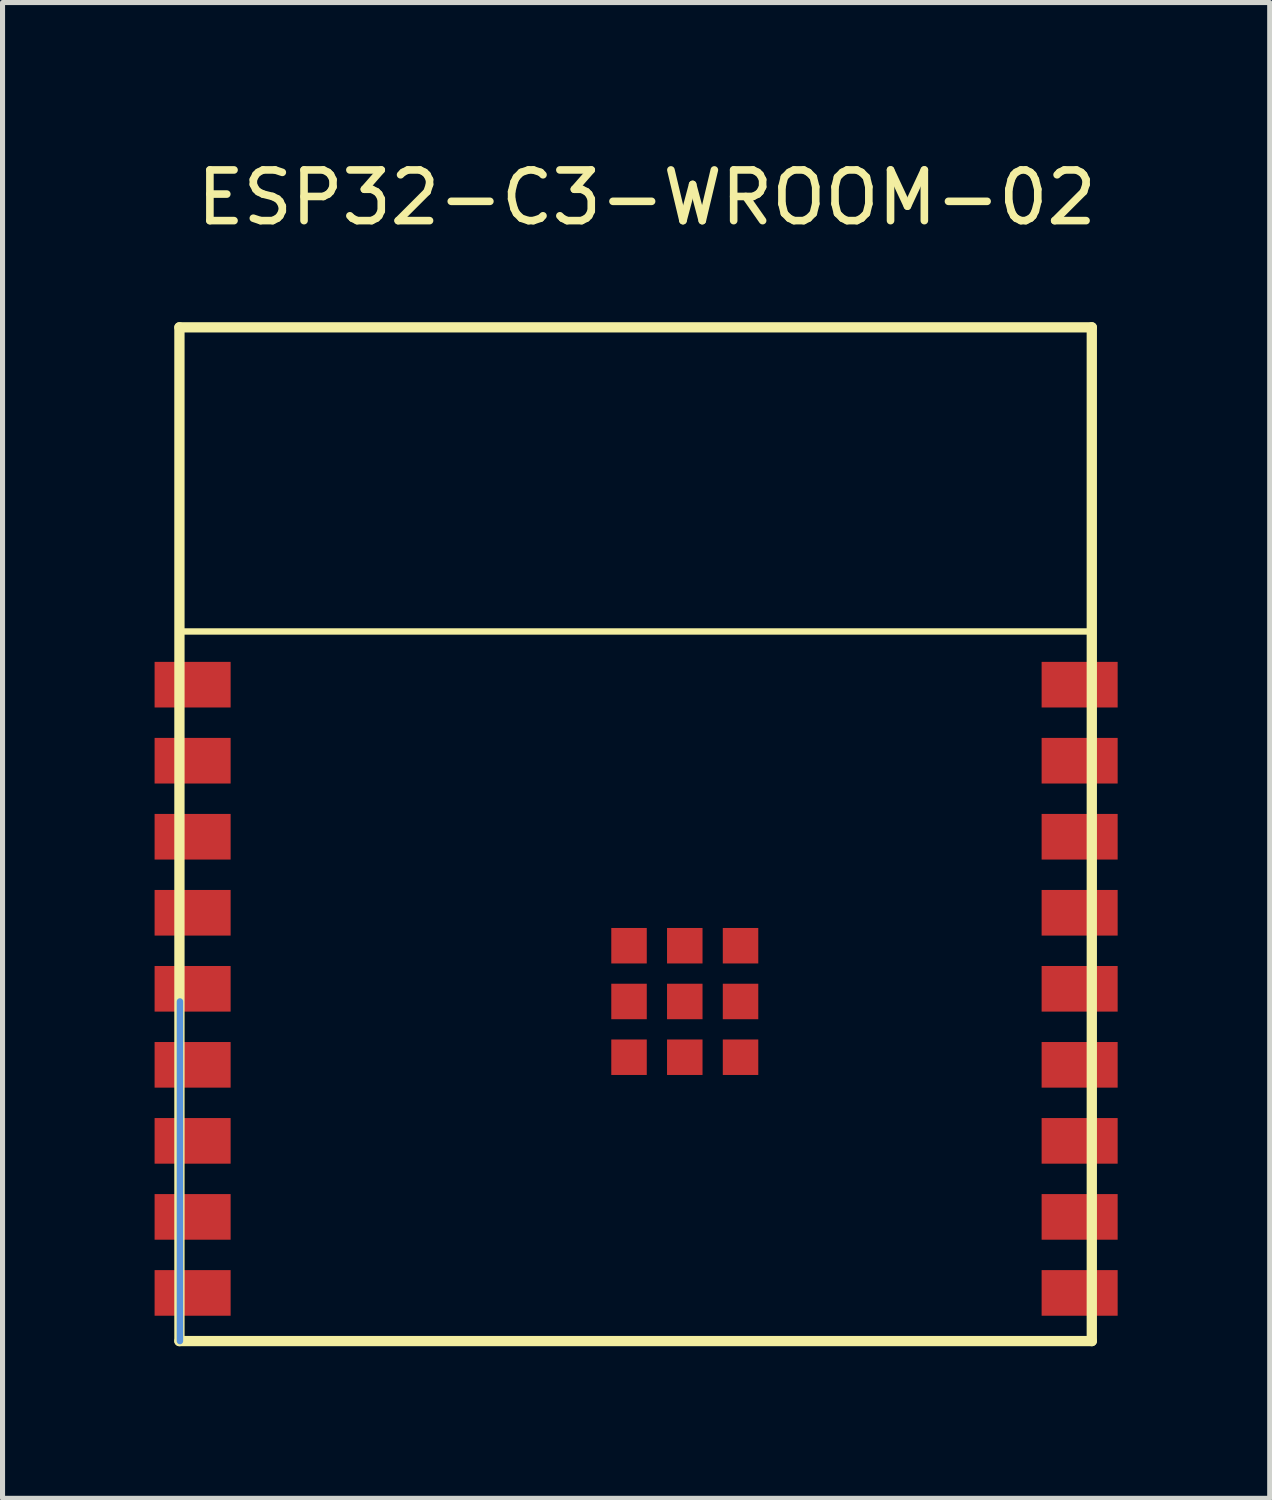
<source format=kicad_pcb>
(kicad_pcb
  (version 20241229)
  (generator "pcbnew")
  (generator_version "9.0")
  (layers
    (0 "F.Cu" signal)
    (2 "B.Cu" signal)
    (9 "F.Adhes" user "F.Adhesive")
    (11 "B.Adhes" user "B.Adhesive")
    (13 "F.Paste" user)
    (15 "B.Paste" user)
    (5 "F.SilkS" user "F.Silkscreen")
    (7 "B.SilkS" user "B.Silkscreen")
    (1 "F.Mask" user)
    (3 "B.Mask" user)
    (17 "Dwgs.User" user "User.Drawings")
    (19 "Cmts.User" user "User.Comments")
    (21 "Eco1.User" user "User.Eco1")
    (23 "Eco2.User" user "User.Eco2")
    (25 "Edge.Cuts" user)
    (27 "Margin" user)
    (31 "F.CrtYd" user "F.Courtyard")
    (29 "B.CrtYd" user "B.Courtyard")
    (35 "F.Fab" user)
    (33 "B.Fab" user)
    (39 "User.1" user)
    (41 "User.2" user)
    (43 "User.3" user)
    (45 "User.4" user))
  (footprint "ESP32-C3-WROOM-02"
    (layer "F.Cu")
    (at 9.75 10.458)
    (property "Reference" "ESP32-C3-WROOM-02" (at -0.04 -9.61 0) (layer "F.SilkS") (effects (font (size 1 1) (thickness 0.15))))
    (attr through_hole)
    (fp_line (start -9.26 -7.05) (end 8.74 -7.05) (stroke (width 0.203) (type solid)) (layer "F.SilkS"))
    (fp_line (start -9.26 12.95) (end -9.26 -7.05) (stroke (width 0.203) (type solid)) (layer "F.SilkS"))
    (fp_line (start -9.25 -1.05) (end 8.75 -1.05) (stroke (width 0.127) (type solid)) (layer "F.SilkS"))
    (fp_line (start 8.74 -7.05) (end 8.74 12.95) (stroke (width 0.203) (type solid)) (layer "F.SilkS"))
    (fp_line (start 8.74 12.95) (end -9.26 12.95) (stroke (width 0.203) (type solid)) (layer "F.SilkS"))
    (fp_line (start -9.25 12.95) (end -9.25 6.25) (stroke (width 0.127) (type solid)) (layer "Cmts.User"))
    (fp_line (start -9.26 -7.05) (end 8.74 -7.05) (stroke (width 0.076) (type solid)) (layer "Eco1.User"))
    (fp_line (start -9.26 12.95) (end -9.26 -7.05) (stroke (width 0.076) (type solid)) (layer "Eco1.User"))
    (fp_line (start 8.74 -7.05) (end 8.74 12.95) (stroke (width 0.076) (type solid)) (layer "Eco1.User"))
    (fp_line (start 8.74 12.95) (end -9.26 12.95) (stroke (width 0.076) (type solid)) (layer "Eco1.User"))
    (pad "1" smd rect (at -9 0) (size 1.5 0.9) (layers "F.Cu" "F.Mask" "F.Paste"))
    (pad "2" smd rect (at -9 1.5) (size 1.5 0.9) (layers "F.Cu" "F.Mask" "F.Paste"))
    (pad "3" smd rect (at -9 3) (size 1.5 0.9) (layers "F.Cu" "F.Mask" "F.Paste"))
    (pad "4" smd rect (at -9 4.5) (size 1.5 0.9) (layers "F.Cu" "F.Mask" "F.Paste"))
    (pad "5" smd rect (at -9 6) (size 1.5 0.9) (layers "F.Cu" "F.Mask" "F.Paste"))
    (pad "6" smd rect (at -9 7.5) (size 1.5 0.9) (layers "F.Cu" "F.Mask" "F.Paste"))
    (pad "7" smd rect (at -9 9) (size 1.5 0.9) (layers "F.Cu" "F.Mask" "F.Paste"))
    (pad "8" smd rect (at -9 10.5) (size 1.5 0.9) (layers "F.Cu" "F.Mask" "F.Paste"))
    (pad "9" smd rect (at -9 12) (size 1.5 0.9) (layers "F.Cu" "F.Mask" "F.Paste"))
    (pad "10" smd rect (at 8.5 12) (size 1.5 0.9) (layers "F.Cu" "F.Mask" "F.Paste"))
    (pad "11" smd rect (at 8.5 10.5) (size 1.5 0.9) (layers "F.Cu" "F.Mask" "F.Paste"))
    (pad "12" smd rect (at 8.5 9) (size 1.5 0.9) (layers "F.Cu" "F.Mask" "F.Paste"))
    (pad "13" smd rect (at 8.5 7.5) (size 1.5 0.9) (layers "F.Cu" "F.Mask" "F.Paste"))
    (pad "14" smd rect (at 8.5 6) (size 1.5 0.9) (layers "F.Cu" "F.Mask" "F.Paste"))
    (pad "15" smd rect (at 8.5 4.5) (size 1.5 0.9) (layers "F.Cu" "F.Mask" "F.Paste"))
    (pad "16" smd rect (at 8.5 3) (size 1.5 0.9) (layers "F.Cu" "F.Mask" "F.Paste"))
    (pad "17" smd rect (at 8.5 1.5) (size 1.5 0.9) (layers "F.Cu" "F.Mask" "F.Paste"))
    (pad "18" smd rect (at 8.5 0) (size 1.5 0.9) (layers "F.Cu" "F.Mask" "F.Paste"))
    (pad "19" smd rect (at -0.39 5.15) (size 0.7 0.7) (layers "F.Cu" "F.Mask" "F.Paste"))
    (pad "19" smd rect (at -0.39 6.25) (size 0.7 0.7) (layers "F.Cu" "F.Mask" "F.Paste"))
    (pad "19" smd rect (at -0.39 7.35) (size 0.7 0.7) (layers "F.Cu" "F.Mask" "F.Paste"))
    (pad "19" smd rect (at 0.71 5.15) (size 0.7 0.7) (layers "F.Cu" "F.Mask" "F.Paste"))
    (pad "19" smd rect (at 0.71 6.25) (size 0.7 0.7) (layers "F.Cu" "F.Mask" "F.Paste"))
    (pad "19" smd rect (at 0.71 7.35) (size 0.7 0.7) (layers "F.Cu" "F.Mask" "F.Paste"))
    (pad "19" smd rect (at 1.81 5.15) (size 0.7 0.7) (layers "F.Cu" "F.Mask" "F.Paste"))
    (pad "19" smd rect (at 1.81 6.25) (size 0.7 0.7) (layers "F.Cu" "F.Mask" "F.Paste"))
    (pad "19" smd rect (at 1.81 7.35) (size 0.7 0.7) (layers "F.Cu" "F.Mask" "F.Paste")))
  (gr_rect
    (start -3 -3)
    (end 22 26.51)
    (stroke (width 0.1) (type default))
    (fill no)
    (layer "Edge.Cuts")))
</source>
